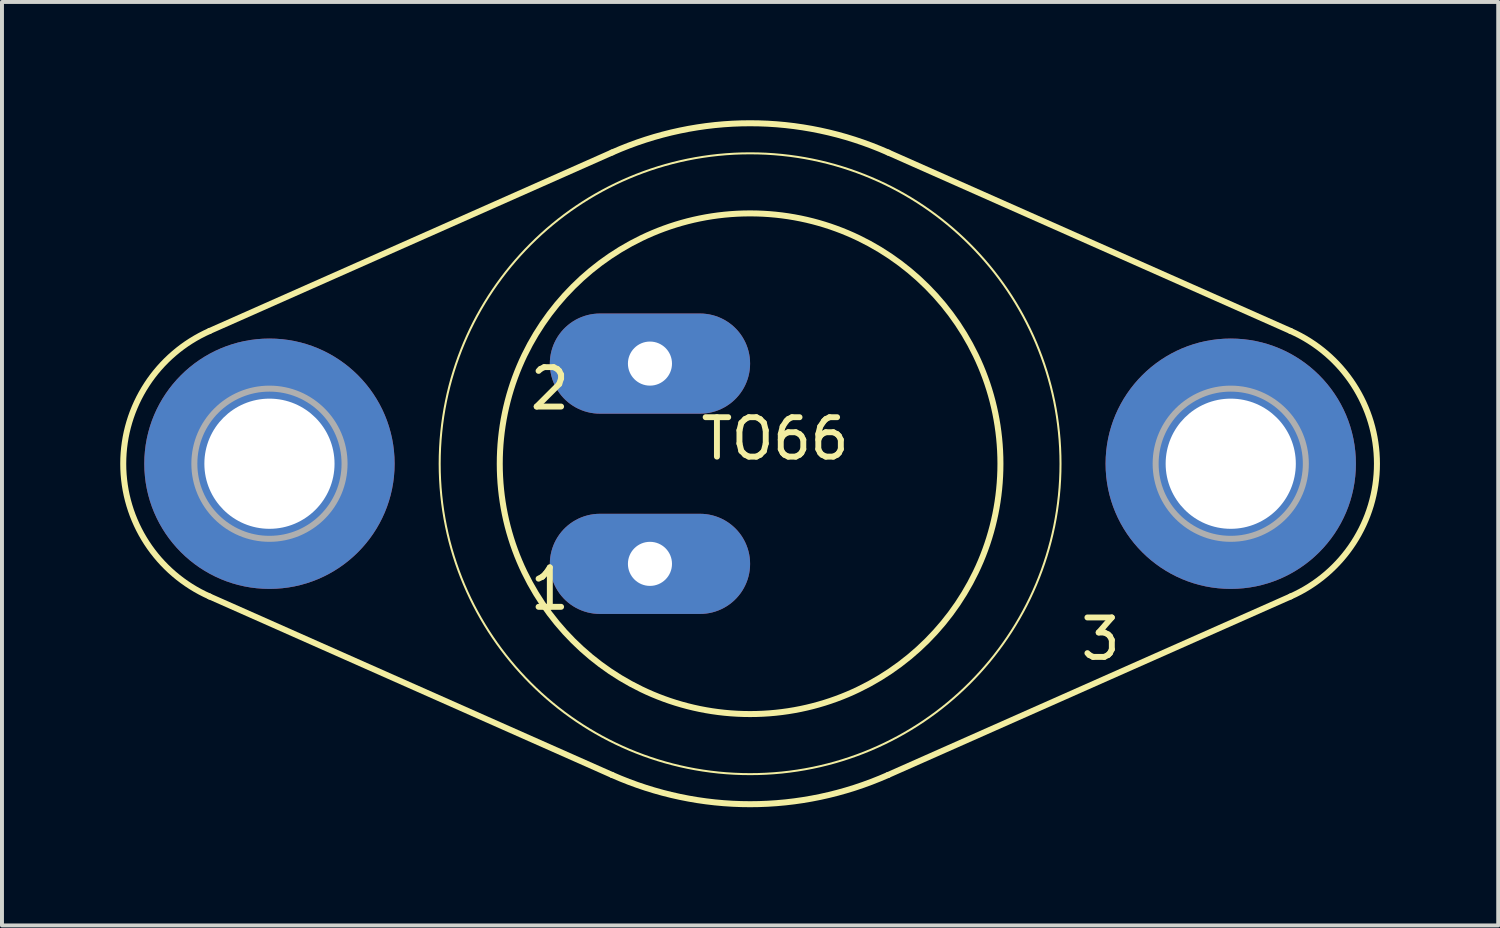
<source format=kicad_pcb>
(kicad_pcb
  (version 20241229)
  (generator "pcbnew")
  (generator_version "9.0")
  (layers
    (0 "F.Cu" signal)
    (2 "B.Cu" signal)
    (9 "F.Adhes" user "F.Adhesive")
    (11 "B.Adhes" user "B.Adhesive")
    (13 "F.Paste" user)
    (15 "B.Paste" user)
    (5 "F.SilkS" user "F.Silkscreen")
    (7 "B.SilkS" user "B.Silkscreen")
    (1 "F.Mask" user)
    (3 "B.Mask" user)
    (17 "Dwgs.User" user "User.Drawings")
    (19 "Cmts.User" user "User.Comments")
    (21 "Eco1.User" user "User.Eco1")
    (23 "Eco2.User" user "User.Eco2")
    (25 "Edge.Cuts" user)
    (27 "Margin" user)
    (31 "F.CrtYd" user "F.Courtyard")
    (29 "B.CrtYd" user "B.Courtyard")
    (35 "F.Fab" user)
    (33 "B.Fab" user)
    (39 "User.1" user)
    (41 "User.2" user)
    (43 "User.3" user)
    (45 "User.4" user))
  (footprint "TO66"
    (layer "F.Cu")
    (at 15.977 8.713)
    (property "Reference" "TO66" (at 0.635 -0.635 180) (layer "F.SilkS") (effects (font (size 1 1) (thickness 0.15))))
    (attr through_hole)
    (fp_line (start -3.501 -7.895) (end -13.711 -3.367) (stroke (width 0.152) (type solid)) (layer "F.SilkS"))
    (fp_line (start -3.501 7.895) (end -13.711 3.367) (stroke (width 0.152) (type solid)) (layer "F.SilkS"))
    (fp_line (start 3.501 -7.895) (end 13.711 -3.367) (stroke (width 0.152) (type solid)) (layer "F.SilkS"))
    (fp_line (start 3.501 7.895) (end 13.711 3.367) (stroke (width 0.152) (type solid)) (layer "F.SilkS"))
    (fp_arc (start -13.711 3.367) (mid -15.900936 0.0002) (end -13.711001 -3.3666) (stroke (width 0.1524) (type solid)) (layer "F.SilkS"))
    (fp_arc (start -3.501 -7.895) (mid 0.0001 -8.636519) (end 3.5012 -7.895) (stroke (width 0.1524) (type solid)) (layer "F.SilkS"))
    (fp_arc (start 3.5012 7.895) (mid 0.0001 8.636519) (end -3.501 7.895) (stroke (width 0.1524) (type solid)) (layer "F.SilkS"))
    (fp_arc (start 13.711 -3.3666) (mid 15.900936 0.0002) (end 13.711001 3.367) (stroke (width 0.1524) (type solid)) (layer "F.SilkS"))
    (fp_circle (center 0 0) (end 6.35 0) (stroke (width 0.152) (type solid)) (fill no) (layer "F.SilkS"))
    (fp_circle (center 0 0) (end 7.874 0) (stroke (width 0.051) (type solid)) (fill no) (layer "F.SilkS"))
    (fp_circle (center -12.192 0) (end -10.287 0) (stroke (width 0.152) (type solid)) (fill no) (layer "F.Fab"))
    (fp_circle (center 12.192 0) (end 14.097 0) (stroke (width 0.152) (type solid)) (fill no) (layer "F.Fab"))
    (fp_text user "3" (at 8.89 4.445 0) (layer "F.SilkS") (effects (font (size 1 1) (thickness 0.15))))
    (fp_text user "2" (at -5.08 -1.905 0) (layer "F.SilkS") (effects (font (size 1 1) (thickness 0.15))))
    (fp_text user "1" (at -5.08 3.175 0) (layer "F.SilkS") (effects (font (size 1 1) (thickness 0.15))))
    (pad "1" thru_hole oval (at -2.54 2.54) (size 5.08 2.54) (drill 1.118) (layers "*.Cu" "*.Mask"))
    (pad "2" thru_hole oval (at -2.54 -2.54) (size 5.08 2.54) (drill 1.118) (layers "*.Cu" "*.Mask"))
    (pad "3" thru_hole circle (at 12.192 0) (size 6.35 6.35) (drill 3.302) (layers "*.Cu" "*.Mask"))
    (pad "TO66" thru_hole circle (at -12.192 0) (size 6.35 6.35) (drill 3.302) (layers "*.Cu" "*.Mask")))
  (gr_rect
    (start -3 -3)
    (end 34.954 20.425)
    (stroke (width 0.1) (type default))
    (fill no)
    (layer "Edge.Cuts")))
</source>
